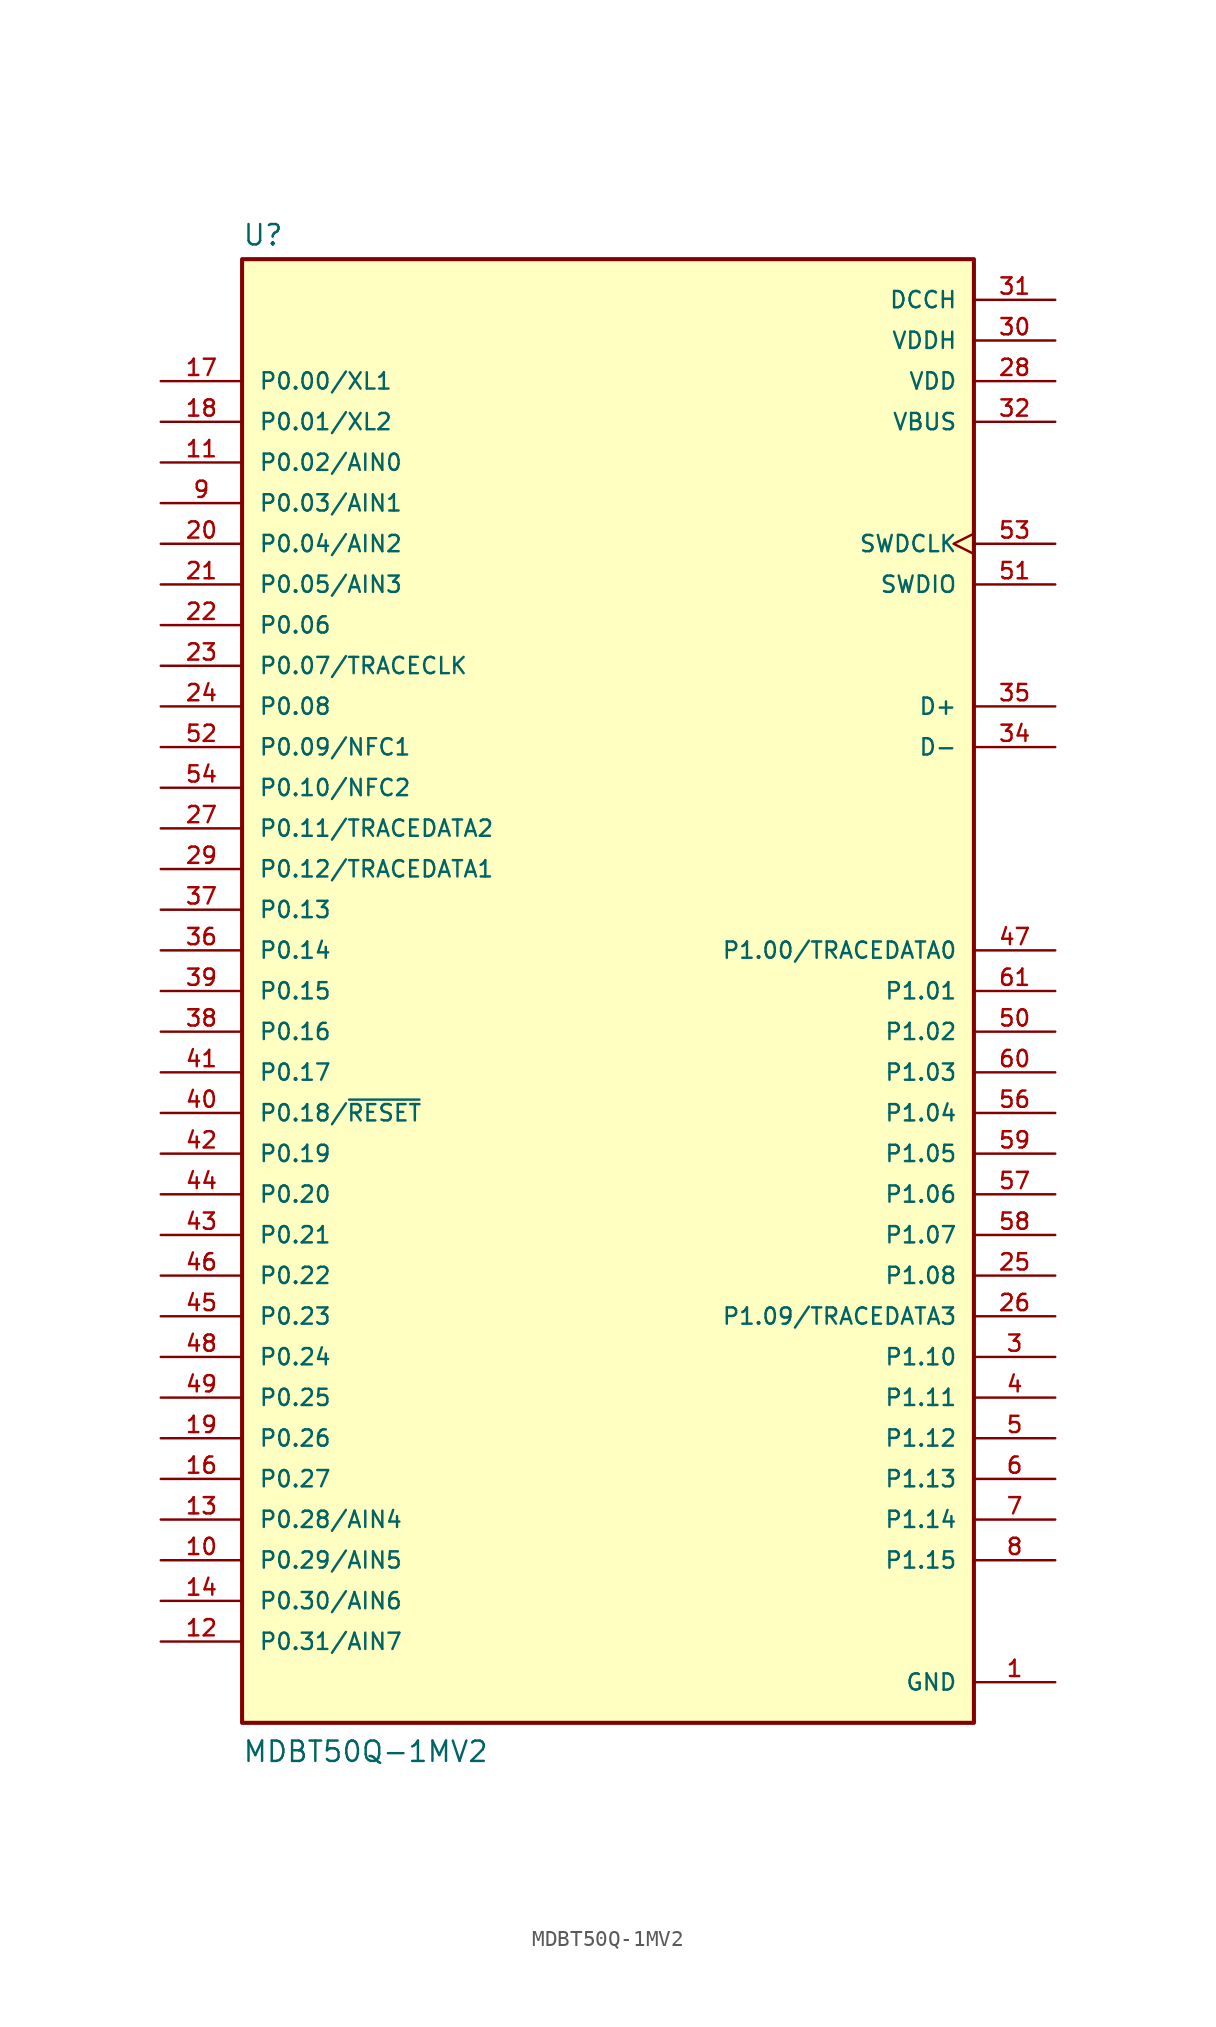
<source format=kicad_sym>
(kicad_symbol_lib
  (version 20211014)
  (generator kicad_symbol_editor)
  (symbol "MDBT50Q-1MV2"
    (pin_names
      (offset 1.016))
    (property "Reference" "U"
      (at -22.86 46.482 0)
      (effects (font (size 1.27 1.27)) (justify bottom left)))
    (property "Value" "MDBT50Q-1MV2"
      (at -22.86 -48.26 0)
      (effects (font (size 1.27 1.27)) (justify bottom left)))
    (symbol "MDBT50Q-1MV2_0_0"
      (rectangle (start -22.86 -45.72) (end 22.86 45.72) (stroke (width 0.254)) (fill (type background)))
      (pin bidirectional line (at 27.94 -22.86 180.0) (length 5.08) (name "P1.10" (effects (font (size 1.016 1.016)))) (number "3" (effects (font (size 1.016 1.016)))))
      (pin bidirectional line (at 27.94 -25.4 180.0) (length 5.08) (name "P1.11" (effects (font (size 1.016 1.016)))) (number "4" (effects (font (size 1.016 1.016)))))
      (pin bidirectional line (at 27.94 -30.48 180.0) (length 5.08) (name "P1.13" (effects (font (size 1.016 1.016)))) (number "6" (effects (font (size 1.016 1.016)))))
      (pin bidirectional line (at 27.94 -27.94 180.0) (length 5.08) (name "P1.12" (effects (font (size 1.016 1.016)))) (number "5" (effects (font (size 1.016 1.016)))))
      (pin bidirectional line (at 27.94 -33.02 180.0) (length 5.08) (name "P1.14" (effects (font (size 1.016 1.016)))) (number "7" (effects (font (size 1.016 1.016)))))
      (pin bidirectional line (at 27.94 -35.56 180.0) (length 5.08) (name "P1.15" (effects (font (size 1.016 1.016)))) (number "8" (effects (font (size 1.016 1.016)))))
      (pin bidirectional line (at -27.94 30.48 0) (length 5.08) (name "P0.03/AIN1" (effects (font (size 1.016 1.016)))) (number "9" (effects (font (size 1.016 1.016)))))
      (pin bidirectional line (at -27.94 -35.56 0) (length 5.08) (name "P0.29/AIN5" (effects (font (size 1.016 1.016)))) (number "10" (effects (font (size 1.016 1.016)))))
      (pin bidirectional line (at -27.94 33.02 0) (length 5.08) (name "P0.02/AIN0" (effects (font (size 1.016 1.016)))) (number "11" (effects (font (size 1.016 1.016)))))
      (pin power_in line (at 27.94 -43.18 180.0) (length 5.08) (name "GND" (effects (font (size 1.016 1.016)))) (number "1" (effects (font (size 1.016 1.016)))))
      (pin power_in line (at 27.94 -43.18 180.0) (length 5.08) hide (name "GND" (effects (font (size 1.016 1.016)))) (number "2" (effects (font (size 1.016 1.016)))))
      (pin power_in line (at 27.94 -43.18 180.0) (length 5.08) hide (name "GND" (effects (font (size 1.016 1.016)))) (number "15" (effects (font (size 1.016 1.016)))))
      (pin power_in line (at 27.94 -43.18 180.0) (length 5.08) hide (name "GND" (effects (font (size 1.016 1.016)))) (number "33" (effects (font (size 1.016 1.016)))))
      (pin power_in line (at 27.94 -43.18 180.0) (length 5.08) hide (name "GND" (effects (font (size 1.016 1.016)))) (number "55" (effects (font (size 1.016 1.016)))))
      (pin bidirectional line (at -27.94 -40.64 0) (length 5.08) (name "P0.31/AIN7" (effects (font (size 1.016 1.016)))) (number "12" (effects (font (size 1.016 1.016)))))
      (pin bidirectional line (at -27.94 -33.02 0) (length 5.08) (name "P0.28/AIN4" (effects (font (size 1.016 1.016)))) (number "13" (effects (font (size 1.016 1.016)))))
      (pin bidirectional line (at -27.94 -30.48 0) (length 5.08) (name "P0.27" (effects (font (size 1.016 1.016)))) (number "16" (effects (font (size 1.016 1.016)))))
      (pin bidirectional line (at -27.94 38.1 0) (length 5.08) (name "P0.00/XL1" (effects (font (size 1.016 1.016)))) (number "17" (effects (font (size 1.016 1.016)))))
      (pin bidirectional line (at -27.94 -27.94 0) (length 5.08) (name "P0.26" (effects (font (size 1.016 1.016)))) (number "19" (effects (font (size 1.016 1.016)))))
      (pin bidirectional line (at -27.94 35.56 0) (length 5.08) (name "P0.01/XL2" (effects (font (size 1.016 1.016)))) (number "18" (effects (font (size 1.016 1.016)))))
      (pin bidirectional line (at -27.94 25.4 0) (length 5.08) (name "P0.05/AIN3" (effects (font (size 1.016 1.016)))) (number "21" (effects (font (size 1.016 1.016)))))
      (pin bidirectional line (at -27.94 22.86 0) (length 5.08) (name "P0.06" (effects (font (size 1.016 1.016)))) (number "22" (effects (font (size 1.016 1.016)))))
      (pin bidirectional line (at -27.94 20.32 0) (length 5.08) (name "P0.07/TRACECLK" (effects (font (size 1.016 1.016)))) (number "23" (effects (font (size 1.016 1.016)))))
      (pin bidirectional line (at -27.94 17.78 0) (length 5.08) (name "P0.08" (effects (font (size 1.016 1.016)))) (number "24" (effects (font (size 1.016 1.016)))))
      (pin bidirectional line (at 27.94 -17.78 180.0) (length 5.08) (name "P1.08" (effects (font (size 1.016 1.016)))) (number "25" (effects (font (size 1.016 1.016)))))
      (pin bidirectional line (at -27.94 -38.1 0) (length 5.08) (name "P0.30/AIN6" (effects (font (size 1.016 1.016)))) (number "14" (effects (font (size 1.016 1.016)))))
      (pin bidirectional line (at 27.94 -20.32 180.0) (length 5.08) (name "P1.09/TRACEDATA3" (effects (font (size 1.016 1.016)))) (number "26" (effects (font (size 1.016 1.016)))))
      (pin bidirectional line (at -27.94 10.16 0) (length 5.08) (name "P0.11/TRACEDATA2" (effects (font (size 1.016 1.016)))) (number "27" (effects (font (size 1.016 1.016)))))
      (pin bidirectional line (at -27.94 7.62 0) (length 5.08) (name "P0.12/TRACEDATA1" (effects (font (size 1.016 1.016)))) (number "29" (effects (font (size 1.016 1.016)))))
      (pin power_in line (at 27.94 40.64 180.0) (length 5.08) (name "VDDH" (effects (font (size 1.016 1.016)))) (number "30" (effects (font (size 1.016 1.016)))))
      (pin power_in line (at 27.94 35.56 180.0) (length 5.08) (name "VBUS" (effects (font (size 1.016 1.016)))) (number "32" (effects (font (size 1.016 1.016)))))
      (pin power_in line (at 27.94 43.18 180.0) (length 5.08) (name "DCCH" (effects (font (size 1.016 1.016)))) (number "31" (effects (font (size 1.016 1.016)))))
      (pin bidirectional line (at 27.94 15.24 180.0) (length 5.08) (name "D-" (effects (font (size 1.016 1.016)))) (number "34" (effects (font (size 1.016 1.016)))))
      (pin bidirectional line (at 27.94 17.78 180.0) (length 5.08) (name "D+" (effects (font (size 1.016 1.016)))) (number "35" (effects (font (size 1.016 1.016)))))
      (pin bidirectional line (at -27.94 2.54 0) (length 5.08) (name "P0.14" (effects (font (size 1.016 1.016)))) (number "36" (effects (font (size 1.016 1.016)))))
      (pin bidirectional line (at -27.94 5.08 0) (length 5.08) (name "P0.13" (effects (font (size 1.016 1.016)))) (number "37" (effects (font (size 1.016 1.016)))))
      (pin bidirectional line (at -27.94 -2.54 0) (length 5.08) (name "P0.16" (effects (font (size 1.016 1.016)))) (number "38" (effects (font (size 1.016 1.016)))))
      (pin power_in line (at 27.94 38.1 180.0) (length 5.08) (name "VDD" (effects (font (size 1.016 1.016)))) (number "28" (effects (font (size 1.016 1.016)))))
      (pin bidirectional line (at -27.94 0.0 0) (length 5.08) (name "P0.15" (effects (font (size 1.016 1.016)))) (number "39" (effects (font (size 1.016 1.016)))))
      (pin bidirectional line (at -27.94 -7.62 0) (length 5.08) (name "P0.18/~{RESET}" (effects (font (size 1.016 1.016)))) (number "40" (effects (font (size 1.016 1.016)))))
      (pin bidirectional line (at -27.94 -5.08 0) (length 5.08) (name "P0.17" (effects (font (size 1.016 1.016)))) (number "41" (effects (font (size 1.016 1.016)))))
      (pin bidirectional line (at -27.94 -10.16 0) (length 5.08) (name "P0.19" (effects (font (size 1.016 1.016)))) (number "42" (effects (font (size 1.016 1.016)))))
      (pin bidirectional line (at -27.94 -12.7 0) (length 5.08) (name "P0.20" (effects (font (size 1.016 1.016)))) (number "44" (effects (font (size 1.016 1.016)))))
      (pin bidirectional line (at -27.94 -15.24 0) (length 5.08) (name "P0.21" (effects (font (size 1.016 1.016)))) (number "43" (effects (font (size 1.016 1.016)))))
      (pin bidirectional line (at -27.94 -17.78 0) (length 5.08) (name "P0.22" (effects (font (size 1.016 1.016)))) (number "46" (effects (font (size 1.016 1.016)))))
      (pin bidirectional line (at -27.94 -20.32 0) (length 5.08) (name "P0.23" (effects (font (size 1.016 1.016)))) (number "45" (effects (font (size 1.016 1.016)))))
      (pin bidirectional line (at -27.94 -22.86 0) (length 5.08) (name "P0.24" (effects (font (size 1.016 1.016)))) (number "48" (effects (font (size 1.016 1.016)))))
      (pin bidirectional line (at -27.94 -25.4 0) (length 5.08) (name "P0.25" (effects (font (size 1.016 1.016)))) (number "49" (effects (font (size 1.016 1.016)))))
      (pin bidirectional line (at 27.94 2.54 180.0) (length 5.08) (name "P1.00/TRACEDATA0" (effects (font (size 1.016 1.016)))) (number "47" (effects (font (size 1.016 1.016)))))
      (pin bidirectional line (at 27.94 -2.54 180.0) (length 5.08) (name "P1.02" (effects (font (size 1.016 1.016)))) (number "50" (effects (font (size 1.016 1.016)))))
      (pin bidirectional line (at 27.94 25.4 180.0) (length 5.08) (name "SWDIO" (effects (font (size 1.016 1.016)))) (number "51" (effects (font (size 1.016 1.016)))))
      (pin bidirectional line (at -27.94 15.24 0) (length 5.08) (name "P0.09/NFC1" (effects (font (size 1.016 1.016)))) (number "52" (effects (font (size 1.016 1.016)))))
      (pin input clock (at 27.94 27.94 180.0) (length 5.08) (name "SWDCLK" (effects (font (size 1.016 1.016)))) (number "53" (effects (font (size 1.016 1.016)))))
      (pin bidirectional line (at -27.94 12.7 0) (length 5.08) (name "P0.10/NFC2" (effects (font (size 1.016 1.016)))) (number "54" (effects (font (size 1.016 1.016)))))
      (pin bidirectional line (at 27.94 -7.62 180.0) (length 5.08) (name "P1.04" (effects (font (size 1.016 1.016)))) (number "56" (effects (font (size 1.016 1.016)))))
      (pin bidirectional line (at 27.94 -12.7 180.0) (length 5.08) (name "P1.06" (effects (font (size 1.016 1.016)))) (number "57" (effects (font (size 1.016 1.016)))))
      (pin bidirectional line (at 27.94 -15.24 180.0) (length 5.08) (name "P1.07" (effects (font (size 1.016 1.016)))) (number "58" (effects (font (size 1.016 1.016)))))
      (pin bidirectional line (at 27.94 -10.16 180.0) (length 5.08) (name "P1.05" (effects (font (size 1.016 1.016)))) (number "59" (effects (font (size 1.016 1.016)))))
      (pin bidirectional line (at 27.94 0.0 180.0) (length 5.08) (name "P1.01" (effects (font (size 1.016 1.016)))) (number "61" (effects (font (size 1.016 1.016)))))
      (pin bidirectional line (at 27.94 -5.08 180.0) (length 5.08) (name "P1.03" (effects (font (size 1.016 1.016)))) (number "60" (effects (font (size 1.016 1.016)))))
      (pin bidirectional line (at -27.94 27.94 0) (length 5.08) (name "P0.04/AIN2" (effects (font (size 1.016 1.016)))) (number "20" (effects (font (size 1.016 1.016))))))))
</source>
